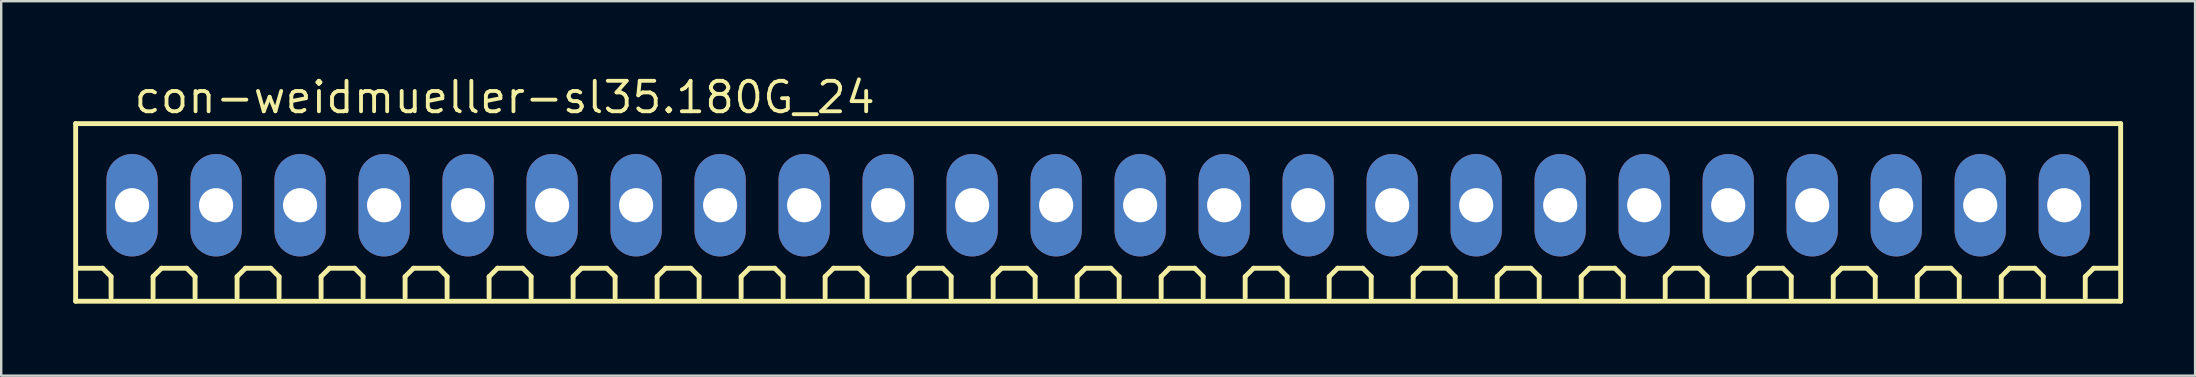
<source format=kicad_pcb>
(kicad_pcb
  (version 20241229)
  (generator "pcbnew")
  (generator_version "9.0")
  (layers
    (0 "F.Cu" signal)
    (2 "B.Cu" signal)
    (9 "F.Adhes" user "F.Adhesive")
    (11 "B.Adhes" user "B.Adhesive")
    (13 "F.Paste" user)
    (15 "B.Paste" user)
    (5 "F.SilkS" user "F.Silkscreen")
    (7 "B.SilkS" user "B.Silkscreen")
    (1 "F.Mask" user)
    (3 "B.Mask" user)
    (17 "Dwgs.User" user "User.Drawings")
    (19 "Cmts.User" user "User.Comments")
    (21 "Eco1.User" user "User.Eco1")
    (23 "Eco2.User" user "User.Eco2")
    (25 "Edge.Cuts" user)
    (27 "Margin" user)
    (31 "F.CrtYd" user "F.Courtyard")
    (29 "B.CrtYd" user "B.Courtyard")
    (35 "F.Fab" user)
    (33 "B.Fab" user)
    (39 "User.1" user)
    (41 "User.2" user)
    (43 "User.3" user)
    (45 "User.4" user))
  (footprint "con-weidmueller-sl35.180G_24"
    (layer "F.Cu")
    (at 42.702 5.5)
    (property "Reference" "con-weidmueller-sl35.180G_24" (at -40.25 -3.75 0) (layer "F.SilkS") (effects (font (size 1.27 1.27) (thickness 0.16)) (justify left bottom)))
    (attr through_hole)
    (fp_line (start -42.6 -3.4) (end 42.6 -3.4) (stroke (width 0.203) (type default)) (layer "F.SilkS"))
    (fp_line (start -42.6 4) (end -42.6 -3.4) (stroke (width 0.203) (type default)) (layer "F.SilkS"))
    (fp_line (start -41.475 2.625) (end -42.525 2.625) (stroke (width 0.203) (type default)) (layer "F.SilkS"))
    (fp_line (start -41.125 2.975) (end -41.475 2.625) (stroke (width 0.203) (type default)) (layer "F.SilkS"))
    (fp_line (start -41.125 3.85) (end -41.125 2.975) (stroke (width 0.203) (type default)) (layer "F.SilkS"))
    (fp_line (start -39.375 2.975) (end -39.025 2.625) (stroke (width 0.203) (type default)) (layer "F.SilkS"))
    (fp_line (start -39.375 3.85) (end -39.375 2.975) (stroke (width 0.203) (type default)) (layer "F.SilkS"))
    (fp_line (start -39.025 2.625) (end -37.975 2.625) (stroke (width 0.203) (type default)) (layer "F.SilkS"))
    (fp_line (start -37.975 2.625) (end -37.625 2.975) (stroke (width 0.203) (type default)) (layer "F.SilkS"))
    (fp_line (start -37.625 2.975) (end -37.625 3.85) (stroke (width 0.203) (type default)) (layer "F.SilkS"))
    (fp_line (start -35.875 2.975) (end -35.525 2.625) (stroke (width 0.203) (type default)) (layer "F.SilkS"))
    (fp_line (start -35.875 3.85) (end -35.875 2.975) (stroke (width 0.203) (type default)) (layer "F.SilkS"))
    (fp_line (start -35.525 2.625) (end -34.475 2.625) (stroke (width 0.203) (type default)) (layer "F.SilkS"))
    (fp_line (start -34.475 2.625) (end -34.125 2.975) (stroke (width 0.203) (type default)) (layer "F.SilkS"))
    (fp_line (start -34.125 2.975) (end -34.125 3.85) (stroke (width 0.203) (type default)) (layer "F.SilkS"))
    (fp_line (start -32.375 2.975) (end -32.025 2.625) (stroke (width 0.203) (type default)) (layer "F.SilkS"))
    (fp_line (start -32.375 3.85) (end -32.375 2.975) (stroke (width 0.203) (type default)) (layer "F.SilkS"))
    (fp_line (start -32.025 2.625) (end -30.975 2.625) (stroke (width 0.203) (type default)) (layer "F.SilkS"))
    (fp_line (start -30.975 2.625) (end -30.625 2.975) (stroke (width 0.203) (type default)) (layer "F.SilkS"))
    (fp_line (start -30.625 2.975) (end -30.625 3.85) (stroke (width 0.203) (type default)) (layer "F.SilkS"))
    (fp_line (start -28.875 2.975) (end -28.525 2.625) (stroke (width 0.203) (type default)) (layer "F.SilkS"))
    (fp_line (start -28.875 3.85) (end -28.875 2.975) (stroke (width 0.203) (type default)) (layer "F.SilkS"))
    (fp_line (start -28.525 2.625) (end -27.475 2.625) (stroke (width 0.203) (type default)) (layer "F.SilkS"))
    (fp_line (start -27.475 2.625) (end -27.125 2.975) (stroke (width 0.203) (type default)) (layer "F.SilkS"))
    (fp_line (start -27.125 2.975) (end -27.125 3.85) (stroke (width 0.203) (type default)) (layer "F.SilkS"))
    (fp_line (start -25.375 2.975) (end -25.025 2.625) (stroke (width 0.203) (type default)) (layer "F.SilkS"))
    (fp_line (start -25.375 3.85) (end -25.375 2.975) (stroke (width 0.203) (type default)) (layer "F.SilkS"))
    (fp_line (start -25.025 2.625) (end -23.975 2.625) (stroke (width 0.203) (type default)) (layer "F.SilkS"))
    (fp_line (start -23.975 2.625) (end -23.625 2.975) (stroke (width 0.203) (type default)) (layer "F.SilkS"))
    (fp_line (start -23.625 2.975) (end -23.625 3.85) (stroke (width 0.203) (type default)) (layer "F.SilkS"))
    (fp_line (start -21.875 2.975) (end -21.525 2.625) (stroke (width 0.203) (type default)) (layer "F.SilkS"))
    (fp_line (start -21.875 3.85) (end -21.875 2.975) (stroke (width 0.203) (type default)) (layer "F.SilkS"))
    (fp_line (start -21.525 2.625) (end -20.475 2.625) (stroke (width 0.203) (type default)) (layer "F.SilkS"))
    (fp_line (start -20.475 2.625) (end -20.125 2.975) (stroke (width 0.203) (type default)) (layer "F.SilkS"))
    (fp_line (start -20.125 2.975) (end -20.125 3.85) (stroke (width 0.203) (type default)) (layer "F.SilkS"))
    (fp_line (start -18.375 2.975) (end -18.025 2.625) (stroke (width 0.203) (type default)) (layer "F.SilkS"))
    (fp_line (start -18.375 3.85) (end -18.375 2.975) (stroke (width 0.203) (type default)) (layer "F.SilkS"))
    (fp_line (start -18.025 2.625) (end -16.975 2.625) (stroke (width 0.203) (type default)) (layer "F.SilkS"))
    (fp_line (start -16.975 2.625) (end -16.625 2.975) (stroke (width 0.203) (type default)) (layer "F.SilkS"))
    (fp_line (start -16.625 2.975) (end -16.625 3.85) (stroke (width 0.203) (type default)) (layer "F.SilkS"))
    (fp_line (start -14.875 2.975) (end -14.525 2.625) (stroke (width 0.203) (type default)) (layer "F.SilkS"))
    (fp_line (start -14.875 3.85) (end -14.875 2.975) (stroke (width 0.203) (type default)) (layer "F.SilkS"))
    (fp_line (start -14.525 2.625) (end -13.475 2.625) (stroke (width 0.203) (type default)) (layer "F.SilkS"))
    (fp_line (start -13.475 2.625) (end -13.125 2.975) (stroke (width 0.203) (type default)) (layer "F.SilkS"))
    (fp_line (start -13.125 2.975) (end -13.125 3.85) (stroke (width 0.203) (type default)) (layer "F.SilkS"))
    (fp_line (start -11.375 2.975) (end -11.025 2.625) (stroke (width 0.203) (type default)) (layer "F.SilkS"))
    (fp_line (start -11.375 3.85) (end -11.375 2.975) (stroke (width 0.203) (type default)) (layer "F.SilkS"))
    (fp_line (start -11.025 2.625) (end -9.975 2.625) (stroke (width 0.203) (type default)) (layer "F.SilkS"))
    (fp_line (start -9.975 2.625) (end -9.625 2.975) (stroke (width 0.203) (type default)) (layer "F.SilkS"))
    (fp_line (start -9.625 2.975) (end -9.625 3.85) (stroke (width 0.203) (type default)) (layer "F.SilkS"))
    (fp_line (start -7.875 2.975) (end -7.525 2.625) (stroke (width 0.203) (type default)) (layer "F.SilkS"))
    (fp_line (start -7.875 3.85) (end -7.875 2.975) (stroke (width 0.203) (type default)) (layer "F.SilkS"))
    (fp_line (start -7.525 2.625) (end -6.475 2.625) (stroke (width 0.203) (type default)) (layer "F.SilkS"))
    (fp_line (start -6.475 2.625) (end -6.125 2.975) (stroke (width 0.203) (type default)) (layer "F.SilkS"))
    (fp_line (start -6.125 2.975) (end -6.125 3.85) (stroke (width 0.203) (type default)) (layer "F.SilkS"))
    (fp_line (start -4.375 2.975) (end -4.025 2.625) (stroke (width 0.203) (type default)) (layer "F.SilkS"))
    (fp_line (start -4.375 3.85) (end -4.375 2.975) (stroke (width 0.203) (type default)) (layer "F.SilkS"))
    (fp_line (start -4.025 2.625) (end -2.975 2.625) (stroke (width 0.203) (type default)) (layer "F.SilkS"))
    (fp_line (start -2.975 2.625) (end -2.625 2.975) (stroke (width 0.203) (type default)) (layer "F.SilkS"))
    (fp_line (start -2.625 2.975) (end -2.625 3.85) (stroke (width 0.203) (type default)) (layer "F.SilkS"))
    (fp_line (start -0.875 2.975) (end -0.525 2.625) (stroke (width 0.203) (type default)) (layer "F.SilkS"))
    (fp_line (start -0.875 3.85) (end -0.875 2.975) (stroke (width 0.203) (type default)) (layer "F.SilkS"))
    (fp_line (start -0.525 2.625) (end 0.525 2.625) (stroke (width 0.203) (type default)) (layer "F.SilkS"))
    (fp_line (start 0.525 2.625) (end 0.875 2.975) (stroke (width 0.203) (type default)) (layer "F.SilkS"))
    (fp_line (start 0.875 2.975) (end 0.875 3.85) (stroke (width 0.203) (type default)) (layer "F.SilkS"))
    (fp_line (start 2.625 2.975) (end 2.975 2.625) (stroke (width 0.203) (type default)) (layer "F.SilkS"))
    (fp_line (start 2.625 3.85) (end 2.625 2.975) (stroke (width 0.203) (type default)) (layer "F.SilkS"))
    (fp_line (start 2.975 2.625) (end 4.025 2.625) (stroke (width 0.203) (type default)) (layer "F.SilkS"))
    (fp_line (start 4.025 2.625) (end 4.375 2.975) (stroke (width 0.203) (type default)) (layer "F.SilkS"))
    (fp_line (start 4.375 2.975) (end 4.375 3.85) (stroke (width 0.203) (type default)) (layer "F.SilkS"))
    (fp_line (start 6.125 2.975) (end 6.475 2.625) (stroke (width 0.203) (type default)) (layer "F.SilkS"))
    (fp_line (start 6.125 3.85) (end 6.125 2.975) (stroke (width 0.203) (type default)) (layer "F.SilkS"))
    (fp_line (start 6.475 2.625) (end 7.525 2.625) (stroke (width 0.203) (type default)) (layer "F.SilkS"))
    (fp_line (start 7.525 2.625) (end 7.875 2.975) (stroke (width 0.203) (type default)) (layer "F.SilkS"))
    (fp_line (start 7.875 2.975) (end 7.875 3.85) (stroke (width 0.203) (type default)) (layer "F.SilkS"))
    (fp_line (start 9.625 2.975) (end 9.975 2.625) (stroke (width 0.203) (type default)) (layer "F.SilkS"))
    (fp_line (start 9.625 3.85) (end 9.625 2.975) (stroke (width 0.203) (type default)) (layer "F.SilkS"))
    (fp_line (start 9.975 2.625) (end 11.025 2.625) (stroke (width 0.203) (type default)) (layer "F.SilkS"))
    (fp_line (start 11.025 2.625) (end 11.375 2.975) (stroke (width 0.203) (type default)) (layer "F.SilkS"))
    (fp_line (start 11.375 2.975) (end 11.375 3.85) (stroke (width 0.203) (type default)) (layer "F.SilkS"))
    (fp_line (start 13.125 2.975) (end 13.475 2.625) (stroke (width 0.203) (type default)) (layer "F.SilkS"))
    (fp_line (start 13.125 3.85) (end 13.125 2.975) (stroke (width 0.203) (type default)) (layer "F.SilkS"))
    (fp_line (start 13.475 2.625) (end 14.525 2.625) (stroke (width 0.203) (type default)) (layer "F.SilkS"))
    (fp_line (start 14.525 2.625) (end 14.875 2.975) (stroke (width 0.203) (type default)) (layer "F.SilkS"))
    (fp_line (start 14.875 2.975) (end 14.875 3.85) (stroke (width 0.203) (type default)) (layer "F.SilkS"))
    (fp_line (start 16.625 2.975) (end 16.975 2.625) (stroke (width 0.203) (type default)) (layer "F.SilkS"))
    (fp_line (start 16.625 3.85) (end 16.625 2.975) (stroke (width 0.203) (type default)) (layer "F.SilkS"))
    (fp_line (start 16.975 2.625) (end 18.025 2.625) (stroke (width 0.203) (type default)) (layer "F.SilkS"))
    (fp_line (start 18.025 2.625) (end 18.375 2.975) (stroke (width 0.203) (type default)) (layer "F.SilkS"))
    (fp_line (start 18.375 2.975) (end 18.375 3.85) (stroke (width 0.203) (type default)) (layer "F.SilkS"))
    (fp_line (start 20.125 2.975) (end 20.475 2.625) (stroke (width 0.203) (type default)) (layer "F.SilkS"))
    (fp_line (start 20.125 3.85) (end 20.125 2.975) (stroke (width 0.203) (type default)) (layer "F.SilkS"))
    (fp_line (start 20.475 2.625) (end 21.525 2.625) (stroke (width 0.203) (type default)) (layer "F.SilkS"))
    (fp_line (start 21.525 2.625) (end 21.875 2.975) (stroke (width 0.203) (type default)) (layer "F.SilkS"))
    (fp_line (start 21.875 2.975) (end 21.875 3.85) (stroke (width 0.203) (type default)) (layer "F.SilkS"))
    (fp_line (start 23.625 2.975) (end 23.975 2.625) (stroke (width 0.203) (type default)) (layer "F.SilkS"))
    (fp_line (start 23.625 3.85) (end 23.625 2.975) (stroke (width 0.203) (type default)) (layer "F.SilkS"))
    (fp_line (start 23.975 2.625) (end 25.025 2.625) (stroke (width 0.203) (type default)) (layer "F.SilkS"))
    (fp_line (start 25.025 2.625) (end 25.375 2.975) (stroke (width 0.203) (type default)) (layer "F.SilkS"))
    (fp_line (start 25.375 2.975) (end 25.375 3.85) (stroke (width 0.203) (type default)) (layer "F.SilkS"))
    (fp_line (start 27.125 2.975) (end 27.475 2.625) (stroke (width 0.203) (type default)) (layer "F.SilkS"))
    (fp_line (start 27.125 3.85) (end 27.125 2.975) (stroke (width 0.203) (type default)) (layer "F.SilkS"))
    (fp_line (start 27.475 2.625) (end 28.525 2.625) (stroke (width 0.203) (type default)) (layer "F.SilkS"))
    (fp_line (start 28.525 2.625) (end 28.875 2.975) (stroke (width 0.203) (type default)) (layer "F.SilkS"))
    (fp_line (start 28.875 2.975) (end 28.875 3.85) (stroke (width 0.203) (type default)) (layer "F.SilkS"))
    (fp_line (start 30.625 2.975) (end 30.975 2.625) (stroke (width 0.203) (type default)) (layer "F.SilkS"))
    (fp_line (start 30.625 3.85) (end 30.625 2.975) (stroke (width 0.203) (type default)) (layer "F.SilkS"))
    (fp_line (start 30.975 2.625) (end 32.025 2.625) (stroke (width 0.203) (type default)) (layer "F.SilkS"))
    (fp_line (start 32.025 2.625) (end 32.375 2.975) (stroke (width 0.203) (type default)) (layer "F.SilkS"))
    (fp_line (start 32.375 2.975) (end 32.375 3.85) (stroke (width 0.203) (type default)) (layer "F.SilkS"))
    (fp_line (start 34.125 2.975) (end 34.475 2.625) (stroke (width 0.203) (type default)) (layer "F.SilkS"))
    (fp_line (start 34.125 3.85) (end 34.125 2.975) (stroke (width 0.203) (type default)) (layer "F.SilkS"))
    (fp_line (start 34.475 2.625) (end 35.525 2.625) (stroke (width 0.203) (type default)) (layer "F.SilkS"))
    (fp_line (start 35.525 2.625) (end 35.875 2.975) (stroke (width 0.203) (type default)) (layer "F.SilkS"))
    (fp_line (start 35.875 2.975) (end 35.875 3.85) (stroke (width 0.203) (type default)) (layer "F.SilkS"))
    (fp_line (start 37.625 2.975) (end 37.975 2.625) (stroke (width 0.203) (type default)) (layer "F.SilkS"))
    (fp_line (start 37.625 3.85) (end 37.625 2.975) (stroke (width 0.203) (type default)) (layer "F.SilkS"))
    (fp_line (start 37.975 2.625) (end 39.025 2.625) (stroke (width 0.203) (type default)) (layer "F.SilkS"))
    (fp_line (start 39.025 2.625) (end 39.375 2.975) (stroke (width 0.203) (type default)) (layer "F.SilkS"))
    (fp_line (start 39.375 2.975) (end 39.375 3.85) (stroke (width 0.203) (type default)) (layer "F.SilkS"))
    (fp_line (start 41.125 2.975) (end 41.475 2.625) (stroke (width 0.203) (type default)) (layer "F.SilkS"))
    (fp_line (start 41.125 3.85) (end 41.125 2.975) (stroke (width 0.203) (type default)) (layer "F.SilkS"))
    (fp_line (start 41.475 2.625) (end 42.525 2.625) (stroke (width 0.203) (type default)) (layer "F.SilkS"))
    (fp_line (start 42.6 -3.4) (end 42.6 4) (stroke (width 0.203) (type default)) (layer "F.SilkS"))
    (fp_line (start 42.6 4) (end -42.6 4) (stroke (width 0.203) (type default)) (layer "F.SilkS"))
    (pad "1" thru_hole oval (at -40.25 0 90) (size 4.267 2.134) (drill 1.422) (layers "*.Cu" "*.Mask"))
    (pad "2" thru_hole oval (at -36.75 0 90) (size 4.267 2.134) (drill 1.422) (layers "*.Cu" "*.Mask"))
    (pad "3" thru_hole oval (at -33.25 0 90) (size 4.267 2.134) (drill 1.422) (layers "*.Cu" "*.Mask"))
    (pad "4" thru_hole oval (at -29.75 0 90) (size 4.267 2.134) (drill 1.422) (layers "*.Cu" "*.Mask"))
    (pad "5" thru_hole oval (at -26.25 0 90) (size 4.267 2.134) (drill 1.422) (layers "*.Cu" "*.Mask"))
    (pad "6" thru_hole oval (at -22.75 0 90) (size 4.267 2.134) (drill 1.422) (layers "*.Cu" "*.Mask"))
    (pad "7" thru_hole oval (at -19.25 0 90) (size 4.267 2.134) (drill 1.422) (layers "*.Cu" "*.Mask"))
    (pad "8" thru_hole oval (at -15.75 0 90) (size 4.267 2.134) (drill 1.422) (layers "*.Cu" "*.Mask"))
    (pad "9" thru_hole oval (at -12.25 0 90) (size 4.267 2.134) (drill 1.422) (layers "*.Cu" "*.Mask"))
    (pad "10" thru_hole oval (at -8.75 0 90) (size 4.267 2.134) (drill 1.422) (layers "*.Cu" "*.Mask"))
    (pad "11" thru_hole oval (at -5.25 0 90) (size 4.267 2.134) (drill 1.422) (layers "*.Cu" "*.Mask"))
    (pad "12" thru_hole oval (at -1.75 0 90) (size 4.267 2.134) (drill 1.422) (layers "*.Cu" "*.Mask"))
    (pad "13" thru_hole oval (at 1.75 0 90) (size 4.267 2.134) (drill 1.422) (layers "*.Cu" "*.Mask"))
    (pad "14" thru_hole oval (at 5.25 0 90) (size 4.267 2.134) (drill 1.422) (layers "*.Cu" "*.Mask"))
    (pad "15" thru_hole oval (at 8.75 0 90) (size 4.267 2.134) (drill 1.422) (layers "*.Cu" "*.Mask"))
    (pad "16" thru_hole oval (at 12.25 0 90) (size 4.267 2.134) (drill 1.422) (layers "*.Cu" "*.Mask"))
    (pad "17" thru_hole oval (at 15.75 0 90) (size 4.267 2.134) (drill 1.422) (layers "*.Cu" "*.Mask"))
    (pad "18" thru_hole oval (at 19.25 0 90) (size 4.267 2.134) (drill 1.422) (layers "*.Cu" "*.Mask"))
    (pad "19" thru_hole oval (at 22.75 0 90) (size 4.267 2.134) (drill 1.422) (layers "*.Cu" "*.Mask"))
    (pad "20" thru_hole oval (at 26.25 0 90) (size 4.267 2.134) (drill 1.422) (layers "*.Cu" "*.Mask"))
    (pad "21" thru_hole oval (at 29.75 0 90) (size 4.267 2.134) (drill 1.422) (layers "*.Cu" "*.Mask"))
    (pad "22" thru_hole oval (at 33.25 0 90) (size 4.267 2.134) (drill 1.422) (layers "*.Cu" "*.Mask"))
    (pad "23" thru_hole oval (at 36.75 0 90) (size 4.267 2.134) (drill 1.422) (layers "*.Cu" "*.Mask"))
    (pad "24" thru_hole oval (at 40.25 0 90) (size 4.267 2.134) (drill 1.422) (layers "*.Cu" "*.Mask")))
  (gr_rect
    (start -3 -3)
    (end 88.403 12.602)
    (stroke (width 0.1) (type default))
    (fill no)
    (layer "Edge.Cuts")))
</source>
